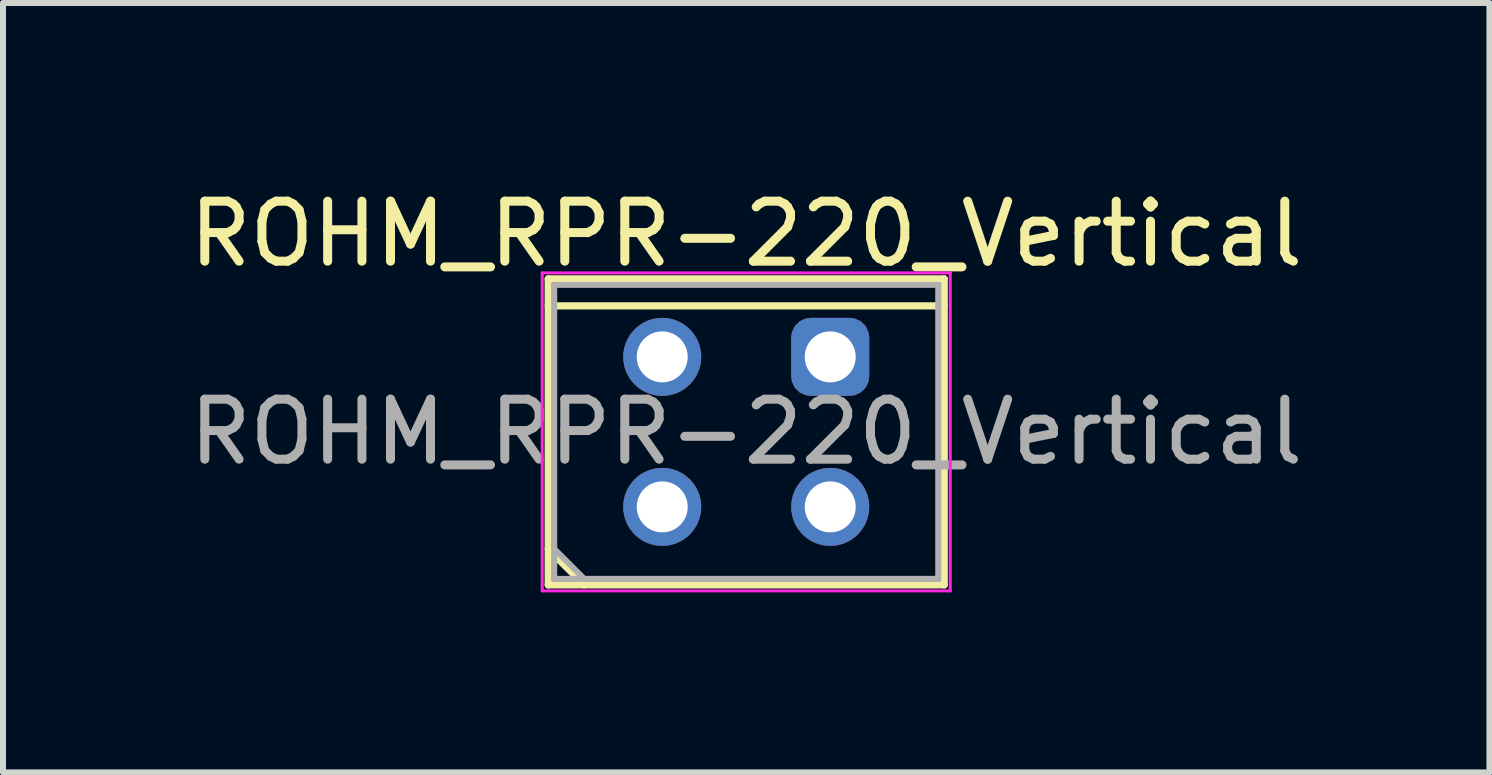
<source format=kicad_pcb>
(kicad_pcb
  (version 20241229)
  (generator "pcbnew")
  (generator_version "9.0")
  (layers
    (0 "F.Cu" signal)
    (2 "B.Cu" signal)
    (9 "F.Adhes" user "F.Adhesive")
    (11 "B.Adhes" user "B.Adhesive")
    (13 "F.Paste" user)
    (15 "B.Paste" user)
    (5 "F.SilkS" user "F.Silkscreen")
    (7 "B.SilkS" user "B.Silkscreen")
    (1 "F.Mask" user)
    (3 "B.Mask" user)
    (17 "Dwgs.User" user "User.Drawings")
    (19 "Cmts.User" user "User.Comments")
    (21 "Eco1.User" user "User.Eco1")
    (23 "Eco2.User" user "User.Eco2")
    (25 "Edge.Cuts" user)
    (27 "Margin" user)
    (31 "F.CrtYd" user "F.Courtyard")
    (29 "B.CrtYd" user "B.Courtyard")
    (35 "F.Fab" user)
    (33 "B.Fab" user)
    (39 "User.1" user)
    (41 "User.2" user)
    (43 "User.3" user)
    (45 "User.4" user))
  (footprint "ROHM_RPR-220_Vertical"
    (layer "F.Cu")
    (at 9.387 4.148)
    (property "Reference" "ROHM_RPR-220_Vertical" (at 0 -3.3 0) (layer "F.SilkS") (effects (font (size 1 1) (thickness 0.15))))
    (attr smd)
    (fp_line (start -3.3 -2.55) (end -3.3 2.55) (stroke (width 0.12) (type solid)) (layer "F.SilkS"))
    (fp_line (start -3.3 -2.1) (end 3.3 -2.1) (stroke (width 0.12) (type solid)) (layer "F.SilkS"))
    (fp_line (start -3.3 1.95) (end -2.7 2.55) (stroke (width 0.12) (type solid)) (layer "F.SilkS"))
    (fp_line (start 3.3 -2.55) (end -3.3 -2.55) (stroke (width 0.12) (type solid)) (layer "F.SilkS"))
    (fp_line (start 3.3 -2.55) (end 3.3 2.55) (stroke (width 0.12) (type solid)) (layer "F.SilkS"))
    (fp_line (start 3.3 2.55) (end -3.3 2.55) (stroke (width 0.12) (type solid)) (layer "F.SilkS"))
    (fp_line (start -3.4 -2.65) (end -3.4 2.65) (stroke (width 0.05) (type solid)) (layer "F.CrtYd"))
    (fp_line (start -3.4 -2.65) (end 3.4 -2.65) (stroke (width 0.05) (type solid)) (layer "F.CrtYd"))
    (fp_line (start -3.4 2.65) (end 3.4 2.65) (stroke (width 0.05) (type solid)) (layer "F.CrtYd"))
    (fp_line (start 3.4 2.65) (end 3.4 -2.65) (stroke (width 0.05) (type solid)) (layer "F.CrtYd"))
    (fp_line (start -3.2 -2.45) (end 3.2 -2.45) (stroke (width 0.1) (type solid)) (layer "F.Fab"))
    (fp_line (start -3.2 1.95) (end -2.7 2.45) (stroke (width 0.1) (type solid)) (layer "F.Fab"))
    (fp_line (start -3.2 2.45) (end -3.2 -2.45) (stroke (width 0.1) (type solid)) (layer "F.Fab"))
    (fp_line (start -3.2 2.45) (end 3.2 2.45) (stroke (width 0.1) (type solid)) (layer "F.Fab"))
    (fp_line (start 3.2 -2.45) (end 3.2 2.45) (stroke (width 0.1) (type solid)) (layer "F.Fab"))
    (fp_text user "${REFERENCE}" (at 0 0 0) (layer "F.Fab") (effects (font (size 1 1) (thickness 0.15))))
    (pad "1" thru_hole roundrect (at 1.4 -1.25) (size 1.3 1.3) (drill 0.85) (layers "*.Cu" "*.Mask") (roundrect_rratio 0.25))
    (pad "2" thru_hole circle (at 1.4 1.25) (size 1.3 1.3) (drill 0.85) (layers "*.Cu" "*.Mask"))
    (pad "3" thru_hole circle (at -1.4 1.25) (size 1.3 1.3) (drill 0.85) (layers "*.Cu" "*.Mask"))
    (pad "4" thru_hole circle (at -1.4 -1.25) (size 1.3 1.3) (drill 0.85) (layers "*.Cu" "*.Mask")))
  (gr_rect
    (start -3 -3)
    (end 21.774 9.823)
    (stroke (width 0.1) (type default))
    (fill no)
    (layer "Edge.Cuts")))
</source>
